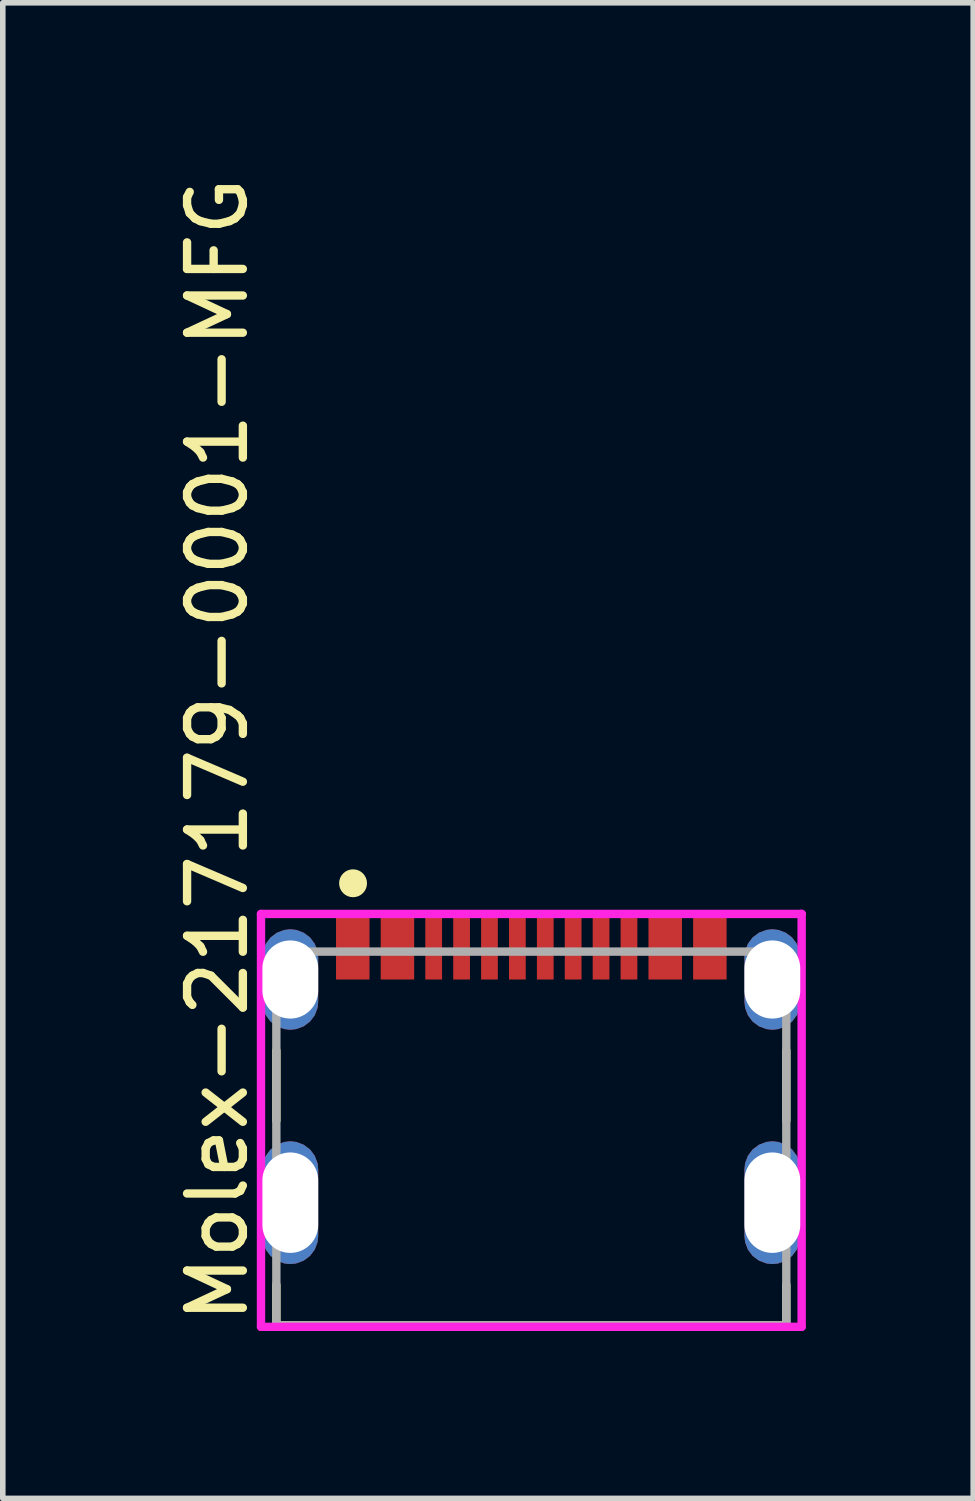
<source format=kicad_pcb>
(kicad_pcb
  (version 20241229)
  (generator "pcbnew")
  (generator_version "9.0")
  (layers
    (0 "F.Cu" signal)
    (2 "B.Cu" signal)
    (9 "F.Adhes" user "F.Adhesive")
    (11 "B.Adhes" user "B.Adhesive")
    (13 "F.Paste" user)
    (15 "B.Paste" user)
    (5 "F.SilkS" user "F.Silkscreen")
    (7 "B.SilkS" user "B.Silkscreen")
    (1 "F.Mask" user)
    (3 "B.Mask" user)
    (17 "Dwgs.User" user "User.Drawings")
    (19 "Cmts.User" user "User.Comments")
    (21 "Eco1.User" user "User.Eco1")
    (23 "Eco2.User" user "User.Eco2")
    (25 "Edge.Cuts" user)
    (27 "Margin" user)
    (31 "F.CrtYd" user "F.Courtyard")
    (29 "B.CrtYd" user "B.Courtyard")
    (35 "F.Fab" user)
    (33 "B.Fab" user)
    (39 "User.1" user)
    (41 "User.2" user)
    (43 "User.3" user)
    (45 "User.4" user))
  (footprint "Molex-217179-0001-MFG"
    (layer "F.Cu")
    (at 6.473 17.356)
    (property "Reference" "Molex-217179-0001-MFG" (at -5.625 3.37 90) (layer "F.SilkS") (effects (font (size 1 1) (thickness 0.15)) (justify left)))
    (attr through_hole)
    (fp_line (start -4.57 -0.325) (end -4.57 -1.575) (stroke (width 0.15) (type solid)) (layer "F.SilkS"))
    (fp_line (start -4.57 3.35) (end -4.57 2.625) (stroke (width 0.15) (type solid)) (layer "F.SilkS"))
    (fp_line (start -4.57 3.35) (end 4.57 3.35) (stroke (width 0.15) (type solid)) (layer "F.SilkS"))
    (fp_line (start 4.57 -0.325) (end 4.57 -1.575) (stroke (width 0.15) (type solid)) (layer "F.SilkS"))
    (fp_line (start 4.57 3.35) (end 4.57 2.625) (stroke (width 0.15) (type solid)) (layer "F.SilkS"))
    (fp_circle (center -3.195 -4.575) (end -3.07 -4.575) (stroke (width 0.25) (type solid)) (fill no) (layer "F.SilkS"))
    (fp_line (start -4.845 -4.025) (end -4.845 3.375) (stroke (width 0.15) (type solid)) (layer "F.CrtYd"))
    (fp_line (start -4.845 3.375) (end 4.845 3.375) (stroke (width 0.15) (type solid)) (layer "F.CrtYd"))
    (fp_line (start 4.845 -4.025) (end -4.845 -4.025) (stroke (width 0.15) (type solid)) (layer "F.CrtYd"))
    (fp_line (start 4.845 -4.025) (end 4.845 -4.025) (stroke (width 0.15) (type solid)) (layer "F.CrtYd"))
    (fp_line (start 4.845 3.375) (end 4.845 -4.025) (stroke (width 0.15) (type solid)) (layer "F.CrtYd"))
    (fp_line (start -4.57 -3.35) (end 4.57 -3.35) (stroke (width 0.15) (type solid)) (layer "F.Fab"))
    (fp_line (start -4.57 3.35) (end -4.57 -3.35) (stroke (width 0.15) (type solid)) (layer "F.Fab"))
    (fp_line (start 4.57 -3.35) (end 4.57 3.35) (stroke (width 0.15) (type solid)) (layer "F.Fab"))
    (fp_line (start 4.57 3.35) (end -4.57 3.35) (stroke (width 0.15) (type solid)) (layer "F.Fab"))
    (pad "1" thru_hole roundrect (at -4.32 -2.85) (size 1 1.8) (drill oval 1.4) (layers "*.Cu") (roundrect_rratio 0.5))
    (pad "2" thru_hole roundrect (at 4.32 -2.85) (size 1 1.8) (drill oval 1.4) (layers "*.Cu") (roundrect_rratio 0.5))
    (pad "3" thru_hole roundrect (at -4.32 1.15) (size 1 2.2) (drill oval 1.8) (layers "*.Cu") (roundrect_rratio 0.5))
    (pad "4" thru_hole roundrect (at 4.32 1.15) (size 1 2.2) (drill oval 1.8) (layers "*.Cu") (roundrect_rratio 0.5))
    (pad "A1-B12" smd rect (at -3.2 -3.425) (size 0.6 1.15) (layers "F.Cu" "F.Mask" "F.Paste"))
    (pad "A4-B9" smd rect (at -2.4 -3.425) (size 0.6 1.15) (layers "F.Cu" "F.Mask" "F.Paste"))
    (pad "A5" smd rect (at -1.25 -3.425) (size 0.3 1.15) (layers "F.Cu" "F.Mask" "F.Paste"))
    (pad "A6" smd rect (at -0.25 -3.425) (size 0.3 1.15) (layers "F.Cu" "F.Mask" "F.Paste"))
    (pad "A7" smd rect (at 0.25 -3.425) (size 0.3 1.15) (layers "F.Cu" "F.Mask" "F.Paste"))
    (pad "A8" smd rect (at 1.25 -3.425) (size 0.3 1.15) (layers "F.Cu" "F.Mask" "F.Paste"))
    (pad "B1-A12" smd rect (at 3.2 -3.425) (size 0.6 1.15) (layers "F.Cu" "F.Mask" "F.Paste"))
    (pad "B4-A9" smd rect (at 2.4 -3.425) (size 0.6 1.15) (layers "F.Cu" "F.Mask" "F.Paste"))
    (pad "B5" smd rect (at 1.75 -3.425) (size 0.3 1.15) (layers "F.Cu" "F.Mask" "F.Paste"))
    (pad "B6" smd rect (at 0.75 -3.425) (size 0.3 1.15) (layers "F.Cu" "F.Mask" "F.Paste"))
    (pad "B7" smd rect (at -0.75 -3.425) (size 0.3 1.15) (layers "F.Cu" "F.Mask" "F.Paste"))
    (pad "B8" smd rect (at -1.75 -3.425) (size 0.3 1.15) (layers "F.Cu" "F.Mask" "F.Paste")))
  (gr_rect
    (start -3 -3)
    (end 14.393 23.806)
    (stroke (width 0.1) (type default))
    (fill no)
    (layer "Edge.Cuts")))
</source>
